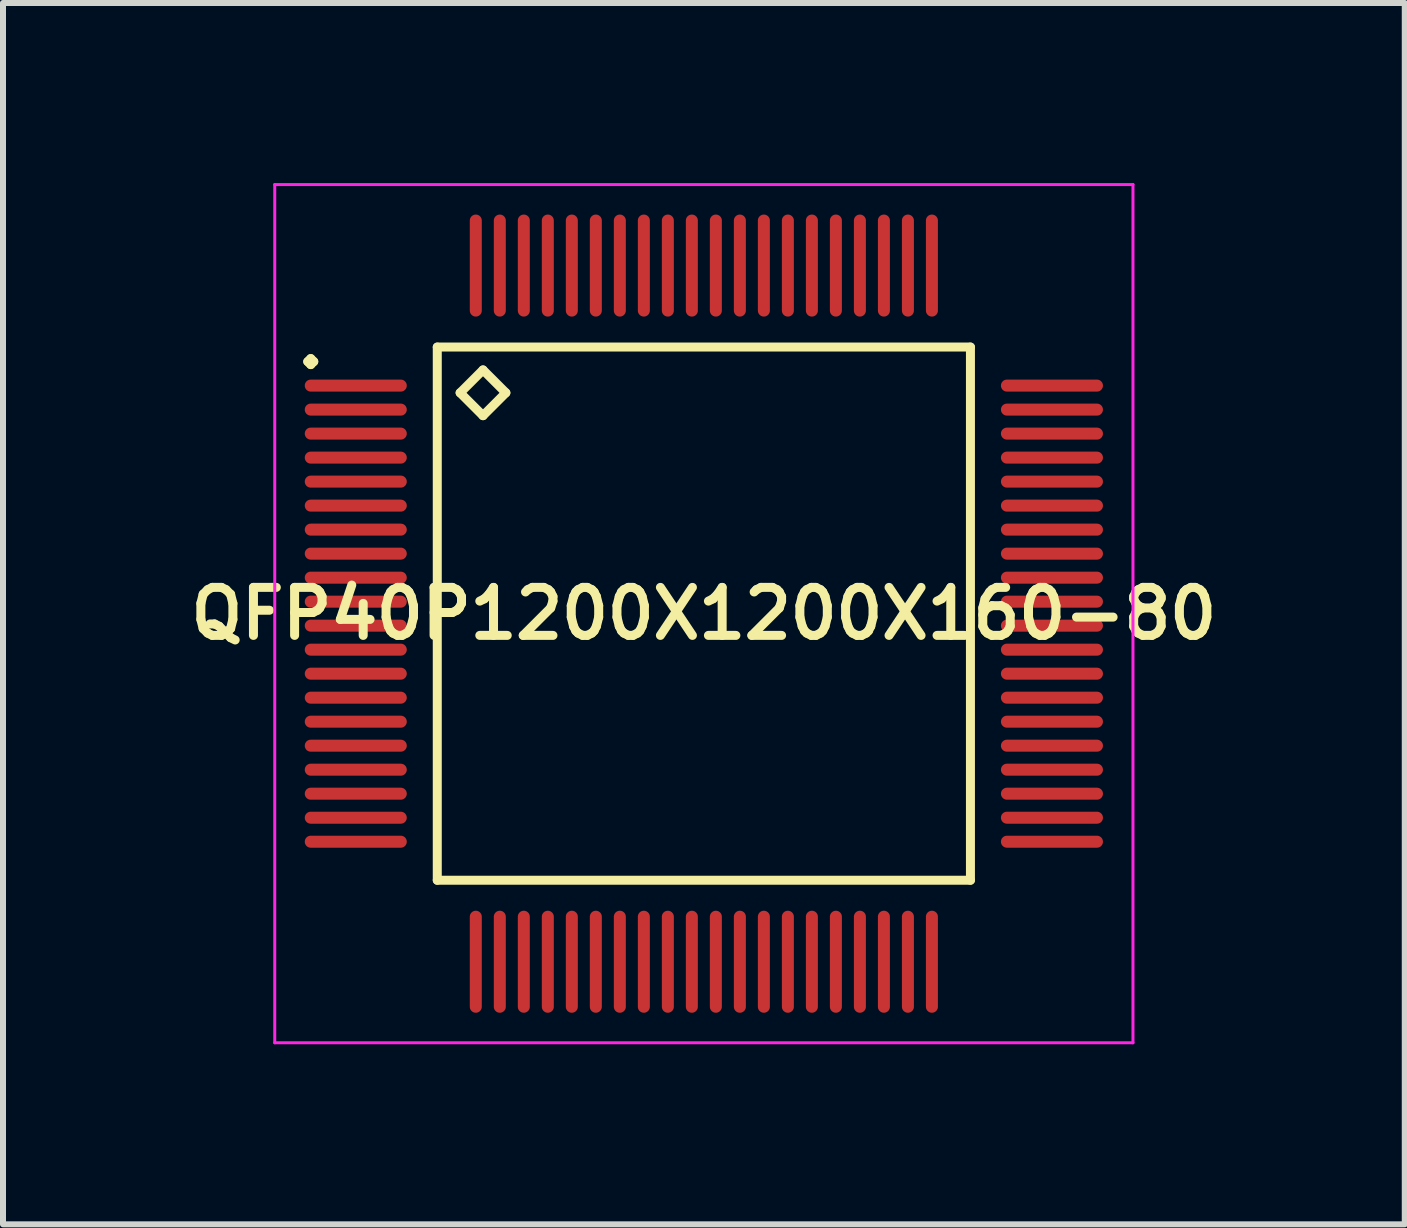
<source format=kicad_pcb>
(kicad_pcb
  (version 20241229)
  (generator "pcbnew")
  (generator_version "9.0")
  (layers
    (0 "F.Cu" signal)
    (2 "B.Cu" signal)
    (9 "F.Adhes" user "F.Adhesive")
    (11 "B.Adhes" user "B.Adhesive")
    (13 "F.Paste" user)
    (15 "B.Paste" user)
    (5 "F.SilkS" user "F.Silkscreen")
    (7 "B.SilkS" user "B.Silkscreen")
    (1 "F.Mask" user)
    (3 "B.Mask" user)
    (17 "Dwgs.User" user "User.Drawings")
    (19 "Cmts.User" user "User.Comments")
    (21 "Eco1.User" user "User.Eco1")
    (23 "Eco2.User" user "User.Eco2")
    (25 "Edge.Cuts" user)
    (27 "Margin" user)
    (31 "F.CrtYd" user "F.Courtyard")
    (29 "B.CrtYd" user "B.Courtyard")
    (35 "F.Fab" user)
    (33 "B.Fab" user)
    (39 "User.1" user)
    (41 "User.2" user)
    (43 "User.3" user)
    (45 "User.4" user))
  (footprint "QFP40P1200X1200X160-80"
    (layer "F.Cu")
    (at 8.678 7.175)
    (property "Reference" "QFP40P1200X1200X160-80" (at 0 0 0) (layer "F.SilkS") (effects (font (size 0.8 0.8) (thickness 0.15))))
    (attr smd)
    (fp_line (start -6.6 -4.2) (end -6.55 -4.25) (stroke (width 0.15) (type solid)) (layer "F.SilkS"))
    (fp_line (start -6.55 -4.25) (end -6.5 -4.2) (stroke (width 0.15) (type solid)) (layer "F.SilkS"))
    (fp_line (start -6.55 -4.15) (end -6.6 -4.2) (stroke (width 0.15) (type solid)) (layer "F.SilkS"))
    (fp_line (start -6.5 -4.2) (end -6.55 -4.15) (stroke (width 0.15) (type solid)) (layer "F.SilkS"))
    (fp_line (start -4.442 -4.442) (end -4.442 4.442) (stroke (width 0.15) (type solid)) (layer "F.SilkS"))
    (fp_line (start -4.442 4.442) (end 4.442 4.442) (stroke (width 0.15) (type solid)) (layer "F.SilkS"))
    (fp_line (start -4.061 -3.68) (end -3.68 -4.061) (stroke (width 0.15) (type solid)) (layer "F.SilkS"))
    (fp_line (start -3.68 -4.061) (end -3.299 -3.68) (stroke (width 0.15) (type solid)) (layer "F.SilkS"))
    (fp_line (start -3.68 -3.299) (end -4.061 -3.68) (stroke (width 0.15) (type solid)) (layer "F.SilkS"))
    (fp_line (start -3.299 -3.68) (end -3.68 -3.299) (stroke (width 0.15) (type solid)) (layer "F.SilkS"))
    (fp_line (start 4.442 -4.442) (end -4.442 -4.442) (stroke (width 0.15) (type solid)) (layer "F.SilkS"))
    (fp_line (start 4.442 4.442) (end 4.442 -4.442) (stroke (width 0.15) (type solid)) (layer "F.SilkS"))
    (fp_line (start -7.15 -7.15) (end 7.15 -7.15) (stroke (width 0.05) (type solid)) (layer "F.CrtYd"))
    (fp_line (start -7.15 7.15) (end -7.15 -7.15) (stroke (width 0.05) (type solid)) (layer "F.CrtYd"))
    (fp_line (start 7.15 -7.15) (end 7.15 7.15) (stroke (width 0.05) (type solid)) (layer "F.CrtYd"))
    (fp_line (start 7.15 7.15) (end -7.15 7.15) (stroke (width 0.05) (type solid)) (layer "F.CrtYd"))
    (pad "1" smd oval (at -5.8 -3.8) (size 1.7 0.2) (layers "F.Cu" "F.Mask" "F.Paste"))
    (pad "2" smd oval (at -5.8 -3.4) (size 1.7 0.2) (layers "F.Cu" "F.Mask" "F.Paste"))
    (pad "3" smd oval (at -5.8 -3) (size 1.7 0.2) (layers "F.Cu" "F.Mask" "F.Paste"))
    (pad "4" smd oval (at -5.8 -2.6) (size 1.7 0.2) (layers "F.Cu" "F.Mask" "F.Paste"))
    (pad "5" smd oval (at -5.8 -2.2) (size 1.7 0.2) (layers "F.Cu" "F.Mask" "F.Paste"))
    (pad "6" smd oval (at -5.8 -1.8) (size 1.7 0.2) (layers "F.Cu" "F.Mask" "F.Paste"))
    (pad "7" smd oval (at -5.8 -1.4) (size 1.7 0.2) (layers "F.Cu" "F.Mask" "F.Paste"))
    (pad "8" smd oval (at -5.8 -1) (size 1.7 0.2) (layers "F.Cu" "F.Mask" "F.Paste"))
    (pad "9" smd oval (at -5.8 -0.6) (size 1.7 0.2) (layers "F.Cu" "F.Mask" "F.Paste"))
    (pad "10" smd oval (at -5.8 -0.2) (size 1.7 0.2) (layers "F.Cu" "F.Mask" "F.Paste"))
    (pad "11" smd oval (at -5.8 0.2) (size 1.7 0.2) (layers "F.Cu" "F.Mask" "F.Paste"))
    (pad "12" smd oval (at -5.8 0.6) (size 1.7 0.2) (layers "F.Cu" "F.Mask" "F.Paste"))
    (pad "13" smd oval (at -5.8 1) (size 1.7 0.2) (layers "F.Cu" "F.Mask" "F.Paste"))
    (pad "14" smd oval (at -5.8 1.4) (size 1.7 0.2) (layers "F.Cu" "F.Mask" "F.Paste"))
    (pad "15" smd oval (at -5.8 1.8) (size 1.7 0.2) (layers "F.Cu" "F.Mask" "F.Paste"))
    (pad "16" smd oval (at -5.8 2.2) (size 1.7 0.2) (layers "F.Cu" "F.Mask" "F.Paste"))
    (pad "17" smd oval (at -5.8 2.6) (size 1.7 0.2) (layers "F.Cu" "F.Mask" "F.Paste"))
    (pad "18" smd oval (at -5.8 3) (size 1.7 0.2) (layers "F.Cu" "F.Mask" "F.Paste"))
    (pad "19" smd oval (at -5.8 3.4) (size 1.7 0.2) (layers "F.Cu" "F.Mask" "F.Paste"))
    (pad "20" smd oval (at -5.8 3.8) (size 1.7 0.2) (layers "F.Cu" "F.Mask" "F.Paste"))
    (pad "21" smd oval (at -3.8 5.8) (size 0.2 1.7) (layers "F.Cu" "F.Mask" "F.Paste"))
    (pad "22" smd oval (at -3.4 5.8) (size 0.2 1.7) (layers "F.Cu" "F.Mask" "F.Paste"))
    (pad "23" smd oval (at -3 5.8) (size 0.2 1.7) (layers "F.Cu" "F.Mask" "F.Paste"))
    (pad "24" smd oval (at -2.6 5.8) (size 0.2 1.7) (layers "F.Cu" "F.Mask" "F.Paste"))
    (pad "25" smd oval (at -2.2 5.8) (size 0.2 1.7) (layers "F.Cu" "F.Mask" "F.Paste"))
    (pad "26" smd oval (at -1.8 5.8) (size 0.2 1.7) (layers "F.Cu" "F.Mask" "F.Paste"))
    (pad "27" smd oval (at -1.4 5.8) (size 0.2 1.7) (layers "F.Cu" "F.Mask" "F.Paste"))
    (pad "28" smd oval (at -1 5.8) (size 0.2 1.7) (layers "F.Cu" "F.Mask" "F.Paste"))
    (pad "29" smd oval (at -0.6 5.8) (size 0.2 1.7) (layers "F.Cu" "F.Mask" "F.Paste"))
    (pad "30" smd oval (at -0.2 5.8) (size 0.2 1.7) (layers "F.Cu" "F.Mask" "F.Paste"))
    (pad "31" smd oval (at 0.2 5.8) (size 0.2 1.7) (layers "F.Cu" "F.Mask" "F.Paste"))
    (pad "32" smd oval (at 0.6 5.8) (size 0.2 1.7) (layers "F.Cu" "F.Mask" "F.Paste"))
    (pad "33" smd oval (at 1 5.8) (size 0.2 1.7) (layers "F.Cu" "F.Mask" "F.Paste"))
    (pad "34" smd oval (at 1.4 5.8) (size 0.2 1.7) (layers "F.Cu" "F.Mask" "F.Paste"))
    (pad "35" smd oval (at 1.8 5.8) (size 0.2 1.7) (layers "F.Cu" "F.Mask" "F.Paste"))
    (pad "36" smd oval (at 2.2 5.8) (size 0.2 1.7) (layers "F.Cu" "F.Mask" "F.Paste"))
    (pad "37" smd oval (at 2.6 5.8) (size 0.2 1.7) (layers "F.Cu" "F.Mask" "F.Paste"))
    (pad "38" smd oval (at 3 5.8) (size 0.2 1.7) (layers "F.Cu" "F.Mask" "F.Paste"))
    (pad "39" smd oval (at 3.4 5.8) (size 0.2 1.7) (layers "F.Cu" "F.Mask" "F.Paste"))
    (pad "40" smd oval (at 3.8 5.8) (size 0.2 1.7) (layers "F.Cu" "F.Mask" "F.Paste"))
    (pad "41" smd oval (at 5.8 3.8) (size 1.7 0.2) (layers "F.Cu" "F.Mask" "F.Paste"))
    (pad "42" smd oval (at 5.8 3.4) (size 1.7 0.2) (layers "F.Cu" "F.Mask" "F.Paste"))
    (pad "43" smd oval (at 5.8 3) (size 1.7 0.2) (layers "F.Cu" "F.Mask" "F.Paste"))
    (pad "44" smd oval (at 5.8 2.6) (size 1.7 0.2) (layers "F.Cu" "F.Mask" "F.Paste"))
    (pad "45" smd oval (at 5.8 2.2) (size 1.7 0.2) (layers "F.Cu" "F.Mask" "F.Paste"))
    (pad "46" smd oval (at 5.8 1.8) (size 1.7 0.2) (layers "F.Cu" "F.Mask" "F.Paste"))
    (pad "47" smd oval (at 5.8 1.4) (size 1.7 0.2) (layers "F.Cu" "F.Mask" "F.Paste"))
    (pad "48" smd oval (at 5.8 1) (size 1.7 0.2) (layers "F.Cu" "F.Mask" "F.Paste"))
    (pad "49" smd oval (at 5.8 0.6) (size 1.7 0.2) (layers "F.Cu" "F.Mask" "F.Paste"))
    (pad "50" smd oval (at 5.8 0.2) (size 1.7 0.2) (layers "F.Cu" "F.Mask" "F.Paste"))
    (pad "51" smd oval (at 5.8 -0.2) (size 1.7 0.2) (layers "F.Cu" "F.Mask" "F.Paste"))
    (pad "52" smd oval (at 5.8 -0.6) (size 1.7 0.2) (layers "F.Cu" "F.Mask" "F.Paste"))
    (pad "53" smd oval (at 5.8 -1) (size 1.7 0.2) (layers "F.Cu" "F.Mask" "F.Paste"))
    (pad "54" smd oval (at 5.8 -1.4) (size 1.7 0.2) (layers "F.Cu" "F.Mask" "F.Paste"))
    (pad "55" smd oval (at 5.8 -1.8) (size 1.7 0.2) (layers "F.Cu" "F.Mask" "F.Paste"))
    (pad "56" smd oval (at 5.8 -2.2) (size 1.7 0.2) (layers "F.Cu" "F.Mask" "F.Paste"))
    (pad "57" smd oval (at 5.8 -2.6) (size 1.7 0.2) (layers "F.Cu" "F.Mask" "F.Paste"))
    (pad "58" smd oval (at 5.8 -3) (size 1.7 0.2) (layers "F.Cu" "F.Mask" "F.Paste"))
    (pad "59" smd oval (at 5.8 -3.4) (size 1.7 0.2) (layers "F.Cu" "F.Mask" "F.Paste"))
    (pad "60" smd oval (at 5.8 -3.8) (size 1.7 0.2) (layers "F.Cu" "F.Mask" "F.Paste"))
    (pad "61" smd oval (at 3.8 -5.8) (size 0.2 1.7) (layers "F.Cu" "F.Mask" "F.Paste"))
    (pad "62" smd oval (at 3.4 -5.8) (size 0.2 1.7) (layers "F.Cu" "F.Mask" "F.Paste"))
    (pad "63" smd oval (at 3 -5.8) (size 0.2 1.7) (layers "F.Cu" "F.Mask" "F.Paste"))
    (pad "64" smd oval (at 2.6 -5.8) (size 0.2 1.7) (layers "F.Cu" "F.Mask" "F.Paste"))
    (pad "65" smd oval (at 2.2 -5.8) (size 0.2 1.7) (layers "F.Cu" "F.Mask" "F.Paste"))
    (pad "66" smd oval (at 1.8 -5.8) (size 0.2 1.7) (layers "F.Cu" "F.Mask" "F.Paste"))
    (pad "67" smd oval (at 1.4 -5.8) (size 0.2 1.7) (layers "F.Cu" "F.Mask" "F.Paste"))
    (pad "68" smd oval (at 1 -5.8) (size 0.2 1.7) (layers "F.Cu" "F.Mask" "F.Paste"))
    (pad "69" smd oval (at 0.6 -5.8) (size 0.2 1.7) (layers "F.Cu" "F.Mask" "F.Paste"))
    (pad "70" smd oval (at 0.2 -5.8) (size 0.2 1.7) (layers "F.Cu" "F.Mask" "F.Paste"))
    (pad "71" smd oval (at -0.2 -5.8) (size 0.2 1.7) (layers "F.Cu" "F.Mask" "F.Paste"))
    (pad "72" smd oval (at -0.6 -5.8) (size 0.2 1.7) (layers "F.Cu" "F.Mask" "F.Paste"))
    (pad "73" smd oval (at -1 -5.8) (size 0.2 1.7) (layers "F.Cu" "F.Mask" "F.Paste"))
    (pad "74" smd oval (at -1.4 -5.8) (size 0.2 1.7) (layers "F.Cu" "F.Mask" "F.Paste"))
    (pad "75" smd oval (at -1.8 -5.8) (size 0.2 1.7) (layers "F.Cu" "F.Mask" "F.Paste"))
    (pad "76" smd oval (at -2.2 -5.8) (size 0.2 1.7) (layers "F.Cu" "F.Mask" "F.Paste"))
    (pad "77" smd oval (at -2.6 -5.8) (size 0.2 1.7) (layers "F.Cu" "F.Mask" "F.Paste"))
    (pad "78" smd oval (at -3 -5.8) (size 0.2 1.7) (layers "F.Cu" "F.Mask" "F.Paste"))
    (pad "79" smd oval (at -3.4 -5.8) (size 0.2 1.7) (layers "F.Cu" "F.Mask" "F.Paste"))
    (pad "80" smd oval (at -3.8 -5.8) (size 0.2 1.7) (layers "F.Cu" "F.Mask" "F.Paste")))
  (gr_rect
    (start -3 -3)
    (end 20.357 17.35)
    (stroke (width 0.1) (type default))
    (fill no)
    (layer "Edge.Cuts")))
</source>
